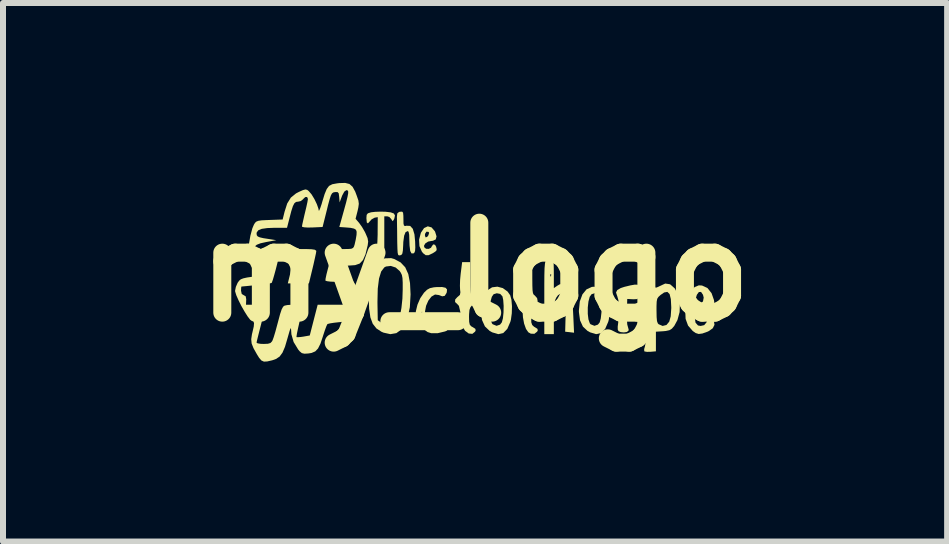
<source format=kicad_pcb>
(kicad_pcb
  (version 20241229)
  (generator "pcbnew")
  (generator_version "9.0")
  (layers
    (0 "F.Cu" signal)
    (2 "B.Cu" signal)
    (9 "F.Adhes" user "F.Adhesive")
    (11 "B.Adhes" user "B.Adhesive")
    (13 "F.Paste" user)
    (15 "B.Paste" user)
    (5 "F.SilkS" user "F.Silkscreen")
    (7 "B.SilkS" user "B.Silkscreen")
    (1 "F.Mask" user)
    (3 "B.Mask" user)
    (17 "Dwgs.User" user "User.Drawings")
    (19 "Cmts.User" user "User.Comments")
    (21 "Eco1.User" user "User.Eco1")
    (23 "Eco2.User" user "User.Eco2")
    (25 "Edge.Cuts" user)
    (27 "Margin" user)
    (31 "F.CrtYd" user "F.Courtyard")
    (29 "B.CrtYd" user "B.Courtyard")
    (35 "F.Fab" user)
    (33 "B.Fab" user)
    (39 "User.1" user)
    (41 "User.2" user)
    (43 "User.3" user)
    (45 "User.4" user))
  (footprint "my_logo"
    (layer "F.Cu")
    (at 4.871 1.485)
    (property "Reference" "my_logo" (at 0 0 0) (layer "F.SilkS") (effects (font (size 1.5 1.5) (thickness 0.3))))
    (attr board_only exclude_from_pos_files exclude_from_bom)
    (fp_poly (pts (xy -2.726 -0.379) (xy -2.672 -0.371) (xy -2.649 -0.355) (xy -2.647 -0.348) (xy -2.653 -0.309) (xy -2.67 -0.231) (xy -2.693 -0.128) (xy -2.709 -0.061) (xy -2.77 0.191) (xy -2.946 0.191) (xy -3.122 0.191) (xy -3.052 -0.095) (xy -2.982 -0.382) (xy -2.815 -0.382)) (stroke (width 0) (type solid)) (fill yes) (layer "F.SilkS"))
    (fp_poly (pts (xy 2.708 0.212) (xy 2.732 0.228) (xy 2.742 0.259) (xy 2.744 0.269) (xy 2.744 0.35) (xy 2.739 0.396) (xy 2.727 0.434) (xy 2.702 0.452) (xy 2.653 0.455) (xy 2.633 0.455) (xy 2.538 0.45) (xy 2.532 0.664) (xy 2.532 0.786) (xy 2.538 0.874) (xy 2.549 0.915) (xy 2.562 0.961) (xy 2.558 0.981) (xy 2.53 1.001) (xy 2.481 1.008) (xy 2.429 1.003) (xy 2.393 0.987) (xy 2.38 0.961) (xy 2.379 0.912) (xy 2.39 0.824) (xy 2.39 0.819) (xy 2.402 0.7) (xy 2.402 0.578) (xy 2.391 0.472) (xy 2.37 0.398) (xy 2.367 0.392) (xy 2.351 0.342) (xy 2.372 0.301) (xy 2.43 0.268) (xy 2.491 0.248) (xy 2.594 0.223) (xy 2.664 0.211)) (stroke (width 0) (type solid)) (fill yes) (layer "F.SilkS"))
    (fp_poly (pts (xy -1.493 -1.004) (xy -1.405 -0.994) (xy -1.354 -0.975) (xy -1.335 -0.943) (xy -1.345 -0.894) (xy -1.354 -0.873) (xy -1.373 -0.847) (xy -1.39 -0.869) (xy -1.395 -0.88) (xy -1.429 -0.917) (xy -1.464 -0.928) (xy -1.513 -0.928) (xy -1.513 -0.614) (xy -1.513 -0.3) (xy -1.585 -0.3) (xy -1.632 -0.303) (xy -1.647 -0.32) (xy -1.642 -0.359) (xy -1.641 -0.361) (xy -1.634 -0.416) (xy -1.628 -0.508) (xy -1.624 -0.622) (xy -1.624 -0.668) (xy -1.622 -0.914) (xy -1.672 -0.906) (xy -1.724 -0.878) (xy -1.754 -0.845) (xy -1.786 -0.81) (xy -1.805 -0.826) (xy -1.811 -0.894) (xy -1.811 -0.903) (xy -1.807 -0.952) (xy -1.787 -0.978) (xy -1.74 -0.993) (xy -1.727 -0.996) (xy -1.663 -1.003) (xy -1.578 -1.006)) (stroke (width 0) (type solid)) (fill yes) (layer "F.SilkS"))
    (fp_poly (pts (xy -0.725 -0.743) (xy -0.67 -0.679) (xy -0.665 -0.668) (xy -0.642 -0.594) (xy -0.655 -0.543) (xy -0.702 -0.52) (xy -0.722 -0.518) (xy -0.781 -0.507) (xy -0.827 -0.478) (xy -0.85 -0.441) (xy -0.848 -0.413) (xy -0.817 -0.387) (xy -0.772 -0.385) (xy -0.734 -0.404) (xy -0.724 -0.423) (xy -0.698 -0.46) (xy -0.667 -0.453) (xy -0.649 -0.421) (xy -0.639 -0.378) (xy -0.647 -0.352) (xy -0.68 -0.328) (xy -0.706 -0.312) (xy -0.774 -0.28) (xy -0.823 -0.28) (xy -0.866 -0.313) (xy -0.887 -0.34) (xy -0.927 -0.431) (xy -0.933 -0.539) (xy -0.914 -0.612) (xy -0.836 -0.612) (xy -0.825 -0.577) (xy -0.799 -0.584) (xy -0.778 -0.611) (xy -0.766 -0.652) (xy -0.775 -0.668) (xy -0.81 -0.672) (xy -0.833 -0.637) (xy -0.836 -0.612) (xy -0.914 -0.612) (xy -0.903 -0.653) (xy -0.901 -0.657) (xy -0.85 -0.732) (xy -0.788 -0.761)) (stroke (width 0) (type solid)) (fill yes) (layer "F.SilkS"))
    (fp_poly (pts (xy 0.463 0.269) (xy 0.542 0.326) (xy 0.586 0.388) (xy 0.607 0.463) (xy 0.616 0.57) (xy 0.613 0.689) (xy 0.598 0.798) (xy 0.589 0.831) (xy 0.538 0.949) (xy 0.471 1.018) (xy 0.388 1.037) (xy 0.287 1.007) (xy 0.245 0.984) (xy 0.165 0.908) (xy 0.116 0.8) (xy 0.1 0.66) (xy 0.1 0.655) (xy 0.106 0.593) (xy 0.248 0.593) (xy 0.248 0.698) (xy 0.259 0.791) (xy 0.282 0.857) (xy 0.295 0.872) (xy 0.359 0.898) (xy 0.417 0.878) (xy 0.447 0.84) (xy 0.465 0.773) (xy 0.475 0.675) (xy 0.477 0.565) (xy 0.47 0.467) (xy 0.457 0.407) (xy 0.42 0.366) (xy 0.363 0.355) (xy 0.31 0.371) (xy 0.28 0.414) (xy 0.258 0.493) (xy 0.248 0.593) (xy 0.106 0.593) (xy 0.115 0.505) (xy 0.159 0.377) (xy 0.209 0.305) (xy 0.284 0.256) (xy 0.373 0.245)) (stroke (width 0) (type solid)) (fill yes) (layer "F.SilkS"))
    (fp_poly (pts (xy 2.088 0.266) (xy 2.172 0.324) (xy 2.218 0.388) (xy 2.239 0.463) (xy 2.248 0.57) (xy 2.245 0.689) (xy 2.23 0.798) (xy 2.221 0.831) (xy 2.17 0.949) (xy 2.103 1.018) (xy 2.02 1.037) (xy 1.92 1.007) (xy 1.877 0.984) (xy 1.799 0.911) (xy 1.751 0.806) (xy 1.732 0.667) (xy 1.732 0.641) (xy 1.737 0.593) (xy 1.88 0.593) (xy 1.88 0.698) (xy 1.891 0.791) (xy 1.914 0.857) (xy 1.927 0.872) (xy 1.991 0.898) (xy 2.049 0.878) (xy 2.079 0.84) (xy 2.097 0.773) (xy 2.108 0.675) (xy 2.11 0.565) (xy 2.103 0.467) (xy 2.089 0.407) (xy 2.053 0.366) (xy 1.995 0.355) (xy 1.943 0.371) (xy 1.912 0.414) (xy 1.891 0.493) (xy 1.88 0.593) (xy 1.737 0.593) (xy 1.747 0.492) (xy 1.791 0.373) (xy 1.859 0.29) (xy 1.948 0.249) (xy 1.984 0.246)) (stroke (width 0) (type solid)) (fill yes) (layer "F.SilkS"))
    (fp_poly (pts (xy -1.2 -0.989) (xy -1.195 -0.939) (xy -1.194 -0.885) (xy -1.193 -0.808) (xy -1.185 -0.773) (xy -1.164 -0.766) (xy -1.144 -0.771) (xy -1.082 -0.768) (xy -1.038 -0.72) (xy -1.01 -0.626) (xy -0.999 -0.509) (xy -0.996 -0.409) (xy -1 -0.35) (xy -1.012 -0.321) (xy -1.025 -0.31) (xy -1.059 -0.309) (xy -1.081 -0.351) (xy -1.092 -0.44) (xy -1.095 -0.525) (xy -1.098 -0.621) (xy -1.108 -0.67) (xy -1.122 -0.682) (xy -1.158 -0.664) (xy -1.182 -0.605) (xy -1.196 -0.5) (xy -1.198 -0.449) (xy -1.203 -0.358) (xy -1.212 -0.307) (xy -1.229 -0.284) (xy -1.249 -0.278) (xy -1.269 -0.276) (xy -1.282 -0.287) (xy -1.29 -0.319) (xy -1.294 -0.382) (xy -1.297 -0.486) (xy -1.298 -0.557) (xy -1.299 -0.686) (xy -1.301 -0.801) (xy -1.302 -0.887) (xy -1.303 -0.921) (xy -1.296 -0.977) (xy -1.267 -1.001) (xy -1.249 -1.004) (xy -1.216 -1.006)) (stroke (width 0) (type solid)) (fill yes) (layer "F.SilkS"))
    (fp_poly (pts (xy -0.08 0.105) (xy -0.079 0.228) (xy -0.076 0.308) (xy -0.07 0.356) (xy -0.057 0.383) (xy -0.036 0.4) (xy -0.03 0.404) (xy 0.01 0.439) (xy 0.014 0.475) (xy -0.017 0.522) (xy -0.04 0.546) (xy -0.076 0.587) (xy -0.093 0.633) (xy -0.099 0.705) (xy -0.1 0.746) (xy -0.098 0.831) (xy -0.088 0.878) (xy -0.065 0.905) (xy -0.037 0.921) (xy 0.004 0.947) (xy 0.011 0.971) (xy 0.001 0.995) (xy -0.045 1.032) (xy -0.105 1.026) (xy -0.166 0.981) (xy -0.209 0.909) (xy -0.227 0.838) (xy -0.237 0.747) (xy -0.248 0.651) (xy -0.249 0.649) (xy -0.269 0.565) (xy -0.299 0.532) (xy -0.333 0.501) (xy -0.331 0.459) (xy -0.294 0.418) (xy -0.287 0.413) (xy -0.252 0.382) (xy -0.244 0.337) (xy -0.249 0.299) (xy -0.252 0.23) (xy -0.249 0.13) (xy -0.239 0.027) (xy -0.215 -0.164) (xy -0.147 -0.164) (xy -0.08 -0.164)) (stroke (width 0) (type solid)) (fill yes) (layer "F.SilkS"))
    (fp_poly (pts (xy 0.915 -0.178) (xy 0.934 -0.165) (xy 0.946 -0.14) (xy 0.952 -0.092) (xy 0.955 -0.009) (xy 0.955 0.104) (xy 0.956 0.227) (xy 0.959 0.306) (xy 0.966 0.353) (xy 0.979 0.379) (xy 1 0.395) (xy 1 0.396) (xy 1.035 0.436) (xy 1.044 0.487) (xy 1.027 0.528) (xy 1.003 0.54) (xy 0.971 0.563) (xy 0.952 0.622) (xy 0.948 0.649) (xy 0.937 0.764) (xy 0.938 0.839) (xy 0.953 0.884) (xy 0.985 0.914) (xy 0.998 0.921) (xy 1.039 0.947) (xy 1.047 0.971) (xy 1.036 0.995) (xy 0.99 1.031) (xy 0.93 1.029) (xy 0.889 1.006) (xy 0.85 0.95) (xy 0.818 0.86) (xy 0.799 0.756) (xy 0.796 0.703) (xy 0.789 0.614) (xy 0.764 0.562) (xy 0.73 0.537) (xy 0.703 0.506) (xy 0.711 0.465) (xy 0.753 0.421) (xy 0.762 0.415) (xy 0.798 0.384) (xy 0.802 0.348) (xy 0.793 0.316) (xy 0.785 0.253) (xy 0.787 0.16) (xy 0.796 0.053) (xy 0.811 -0.049) (xy 0.83 -0.128) (xy 0.847 -0.164) (xy 0.886 -0.182)) (stroke (width 0) (type solid)) (fill yes) (layer "F.SilkS"))
    (fp_poly (pts (xy -1.347 -0.216) (xy -1.242 -0.16) (xy -1.164 -0.078) (xy -1.113 0.035) (xy -1.084 0.186) (xy -1.075 0.374) (xy -1.087 0.588) (xy -1.124 0.762) (xy -1.186 0.9) (xy -1.233 0.963) (xy -1.312 1.02) (xy -1.412 1.037) (xy -1.525 1.012) (xy -1.56 0.997) (xy -1.645 0.941) (xy -1.706 0.863) (xy -1.745 0.757) (xy -1.766 0.613) (xy -1.77 0.496) (xy -1.627 0.496) (xy -1.627 0.518) (xy -1.622 0.805) (xy -1.553 0.853) (xy -1.469 0.891) (xy -1.383 0.898) (xy -1.313 0.872) (xy -1.28 0.821) (xy -1.25 0.726) (xy -1.227 0.597) (xy -1.211 0.445) (xy -1.206 0.294) (xy -1.206 0.177) (xy -1.21 0.101) (xy -1.22 0.05) (xy -1.238 0.012) (xy -1.256 -0.015) (xy -1.323 -0.074) (xy -1.405 -0.101) (xy -1.485 -0.091) (xy -1.513 -0.076) (xy -1.565 -0.008) (xy -1.601 0.11) (xy -1.622 0.278) (xy -1.627 0.496) (xy -1.77 0.496) (xy -1.772 0.448) (xy -1.76 0.235) (xy -1.726 0.058) (xy -1.671 -0.08) (xy -1.597 -0.176) (xy -1.506 -0.227) (xy -1.399 -0.231)) (stroke (width 0) (type solid)) (fill yes) (layer "F.SilkS"))
    (fp_poly (pts (xy -0.492 0.263) (xy -0.467 0.291) (xy -0.471 0.337) (xy -0.476 0.351) (xy -0.505 0.398) (xy -0.547 0.406) (xy -0.602 0.385) (xy -0.667 0.376) (xy -0.727 0.411) (xy -0.778 0.477) (xy -0.816 0.563) (xy -0.834 0.659) (xy -0.83 0.752) (xy -0.797 0.831) (xy -0.791 0.838) (xy -0.72 0.904) (xy -0.656 0.918) (xy -0.601 0.881) (xy -0.566 0.815) (xy -0.537 0.754) (xy -0.508 0.743) (xy -0.47 0.78) (xy -0.458 0.797) (xy -0.424 0.871) (xy -0.429 0.933) (xy -0.471 0.979) (xy -0.498 0.991) (xy -0.623 1.021) (xy -0.73 1.021) (xy -0.791 1.002) (xy -0.868 0.945) (xy -0.935 0.867) (xy -0.978 0.783) (xy -0.987 0.751) (xy -0.987 0.682) (xy -0.896 0.682) (xy -0.888 0.705) (xy -0.882 0.7) (xy -0.88 0.668) (xy -0.882 0.664) (xy -0.894 0.668) (xy -0.896 0.682) (xy -0.987 0.682) (xy -0.987 0.656) (xy -0.96 0.546) (xy -0.913 0.437) (xy -0.851 0.346) (xy -0.85 0.345) (xy -0.801 0.297) (xy -0.752 0.27) (xy -0.688 0.256) (xy -0.641 0.252) (xy -0.549 0.251)) (stroke (width 0) (type solid)) (fill yes) (layer "F.SilkS"))
    (fp_poly (pts (xy 3.785 0.226) (xy 3.876 0.268) (xy 3.944 0.354) (xy 3.984 0.468) (xy 3.996 0.555) (xy 3.983 0.612) (xy 3.941 0.643) (xy 3.865 0.654) (xy 3.841 0.655) (xy 3.755 0.658) (xy 3.701 0.672) (xy 3.673 0.699) (xy 3.663 0.744) (xy 3.663 0.761) (xy 3.677 0.846) (xy 3.718 0.892) (xy 3.761 0.9) (xy 3.821 0.887) (xy 3.86 0.84) (xy 3.881 0.781) (xy 3.899 0.73) (xy 3.918 0.724) (xy 3.933 0.738) (xy 3.982 0.814) (xy 3.993 0.881) (xy 3.964 0.939) (xy 3.897 0.986) (xy 3.876 0.996) (xy 3.791 1.026) (xy 3.729 1.034) (xy 3.678 1.018) (xy 3.63 0.984) (xy 3.552 0.894) (xy 3.511 0.782) (xy 3.506 0.648) (xy 3.531 0.524) (xy 3.668 0.524) (xy 3.684 0.545) (xy 3.729 0.538) (xy 3.756 0.529) (xy 3.801 0.491) (xy 3.813 0.428) (xy 3.801 0.38) (xy 3.769 0.333) (xy 3.733 0.334) (xy 3.699 0.38) (xy 3.673 0.467) (xy 3.672 0.471) (xy 3.668 0.524) (xy 3.531 0.524) (xy 3.537 0.492) (xy 3.552 0.445) (xy 3.604 0.324) (xy 3.662 0.251) (xy 3.732 0.223)) (stroke (width 0) (type solid)) (fill yes) (layer "F.SilkS"))
    (fp_poly (pts (xy 1.244 -0.214) (xy 1.264 -0.207) (xy 1.288 -0.196) (xy 1.303 -0.175) (xy 1.311 -0.133) (xy 1.313 -0.059) (xy 1.314 0.039) (xy 1.314 0.269) (xy 1.374 0.228) (xy 1.416 0.204) (xy 1.452 0.205) (xy 1.501 0.232) (xy 1.508 0.237) (xy 1.552 0.274) (xy 1.584 0.325) (xy 1.607 0.398) (xy 1.623 0.503) (xy 1.634 0.649) (xy 1.639 0.745) (xy 1.651 1.013) (xy 1.577 1.004) (xy 1.503 0.996) (xy 1.51 0.733) (xy 1.512 0.612) (xy 1.51 0.507) (xy 1.507 0.433) (xy 1.504 0.412) (xy 1.476 0.365) (xy 1.433 0.357) (xy 1.384 0.387) (xy 1.355 0.427) (xy 1.336 0.468) (xy 1.323 0.519) (xy 1.317 0.591) (xy 1.314 0.699) (xy 1.314 0.768) (xy 1.314 1.037) (xy 1.234 1.037) (xy 1.155 1.037) (xy 1.155 0.422) (xy 1.155 0.215) (xy 1.156 0.056) (xy 1.156 0.055) (xy 1.254 0.055) (xy 1.261 0.077) (xy 1.267 0.073) (xy 1.27 0.04) (xy 1.267 0.036) (xy 1.256 0.04) (xy 1.254 0.055) (xy 1.156 0.055) (xy 1.159 -0.06) (xy 1.166 -0.14) (xy 1.176 -0.189) (xy 1.192 -0.214) (xy 1.214 -0.22)) (stroke (width 0) (type solid)) (fill yes) (layer "F.SilkS"))
    (fp_poly (pts (xy 3.252 0.205) (xy 3.326 0.27) (xy 3.334 0.28) (xy 3.391 0.394) (xy 3.416 0.528) (xy 3.411 0.669) (xy 3.375 0.802) (xy 3.323 0.898) (xy 3.283 0.945) (xy 3.241 0.971) (xy 3.182 0.984) (xy 3.14 0.988) (xy 3.016 0.996) (xy 3.016 1.16) (xy 3.016 1.323) (xy 2.925 1.331) (xy 2.868 1.332) (xy 2.829 1.326) (xy 2.822 1.321) (xy 2.82 1.286) (xy 2.832 1.245) (xy 2.843 1.188) (xy 2.852 1.079) (xy 2.857 0.919) (xy 2.86 0.74) (xy 2.861 0.642) (xy 3.026 0.642) (xy 3.028 0.752) (xy 3.034 0.819) (xy 3.048 0.857) (xy 3.061 0.871) (xy 3.128 0.9) (xy 3.192 0.884) (xy 3.238 0.829) (xy 3.263 0.74) (xy 3.272 0.605) (xy 3.272 0.586) (xy 3.265 0.452) (xy 3.244 0.368) (xy 3.207 0.332) (xy 3.153 0.342) (xy 3.093 0.384) (xy 3.058 0.416) (xy 3.038 0.447) (xy 3.029 0.494) (xy 3.026 0.57) (xy 3.026 0.642) (xy 2.861 0.642) (xy 2.862 0.562) (xy 2.865 0.432) (xy 2.872 0.342) (xy 2.884 0.287) (xy 2.903 0.26) (xy 2.929 0.253) (xy 2.965 0.26) (xy 2.97 0.261) (xy 3.029 0.259) (xy 3.083 0.234) (xy 3.172 0.193)) (stroke (width 0) (type solid)) (fill yes) (layer "F.SilkS"))
    (fp_poly (pts (xy -2.094 -1.467) (xy -2.042 -1.421) (xy -1.998 -1.34) (xy -1.971 -1.268) (xy -1.945 -1.192) (xy -1.938 -1.136) (xy -1.946 -1.075) (xy -1.959 -1.016) (xy -1.992 -0.887) (xy -1.933 -0.818) (xy -1.885 -0.751) (xy -1.836 -0.666) (xy -1.824 -0.64) (xy -1.792 -0.565) (xy -1.782 -0.507) (xy -1.79 -0.443) (xy -1.792 -0.436) (xy -1.827 -0.293) (xy -1.869 -0.198) (xy -1.924 -0.14) (xy -1.999 -0.114) (xy -2.068 -0.109) (xy -2.152 -0.104) (xy -2.203 -0.087) (xy -2.226 -0.055) (xy -2.229 -0.027) (xy -2.214 0.013) (xy -2.163 0.038) (xy -2.161 0.039) (xy -2.091 0.081) (xy -2.019 0.172) (xy -1.978 0.242) (xy -1.958 0.298) (xy -1.953 0.364) (xy -1.957 0.437) (xy -1.972 0.56) (xy -1.998 0.671) (xy -2.031 0.757) (xy -2.066 0.804) (xy -2.069 0.806) (xy -2.102 0.815) (xy -2.164 0.825) (xy -2.243 0.835) (xy -2.273 0.838) (xy -2.353 0.847) (xy -2.417 0.857) (xy -2.456 0.867) (xy -2.462 0.87) (xy -2.478 0.902) (xy -2.503 0.97) (xy -2.533 1.061) (xy -2.535 1.068) (xy -2.577 1.194) (xy -2.618 1.276) (xy -2.664 1.324) (xy -2.725 1.35) (xy -2.778 1.359) (xy -2.845 1.363) (xy -2.888 1.353) (xy -2.924 1.323) (xy -2.949 1.293) (xy -3.025 1.168) (xy -3.062 1.039) (xy -3.066 0.977) (xy -3.069 0.941) (xy -3.077 0.942) (xy -3.092 0.983) (xy -3.117 1.07) (xy -3.127 1.105) (xy -3.169 1.248) (xy -3.211 1.346) (xy -3.259 1.411) (xy -3.32 1.451) (xy -3.382 1.473) (xy -3.465 1.492) (xy -3.52 1.495) (xy -3.562 1.476) (xy -3.6 1.432) (xy -3.638 1.371) (xy -3.694 1.271) (xy -3.725 1.193) (xy -3.732 1.121) (xy -3.72 1.04) (xy -3.713 1.011) (xy -3.69 0.911) (xy -3.685 0.851) (xy -3.698 0.824) (xy -3.72 0.818) (xy -3.749 0.797) (xy -3.793 0.74) (xy -3.844 0.659) (xy -3.897 0.566) (xy -3.944 0.472) (xy -3.981 0.388) (xy -4 0.326) (xy -4.001 0.313) (xy -4.001 0.312) (xy -3.902 0.312) (xy -3.89 0.367) (xy -3.857 0.387) (xy -3.824 0.406) (xy -3.815 0.456) (xy -3.816 0.471) (xy -3.819 0.546) (xy -3.665 0.546) (xy -3.59 0.547) (xy -3.532 0.552) (xy -3.501 0.559) (xy -3.499 0.56) (xy -3.502 0.59) (xy -3.515 0.66) (xy -3.539 0.76) (xy -3.566 0.866) (xy -3.596 0.984) (xy -3.621 1.083) (xy -3.638 1.152) (xy -3.643 1.179) (xy -3.625 1.19) (xy -3.578 1.198) (xy -3.524 1.2) (xy -3.454 1.197) (xy -3.412 1.185) (xy -3.386 1.158) (xy -3.376 1.139) (xy -3.357 1.087) (xy -3.33 0.998) (xy -3.3 0.887) (xy -3.284 0.828) (xy -3.251 0.704) (xy -3.224 0.623) (xy -3.2 0.579) (xy -3.178 0.562) (xy -3.132 0.552) (xy -3.068 0.547) (xy -2.998 0.547) (xy -2.936 0.551) (xy -2.892 0.559) (xy -2.879 0.567) (xy -2.881 0.6) (xy -2.893 0.673) (xy -2.914 0.772) (xy -2.927 0.831) (xy -2.951 0.938) (xy -2.969 1.023) (xy -2.977 1.075) (xy -2.977 1.086) (xy -2.955 1.088) (xy -2.905 1.084) (xy -2.863 1.078) (xy -2.756 1.059) (xy -2.69 0.802) (xy -2.624 0.546) (xy -2.399 0.546) (xy -2.174 0.546) (xy -2.152 0.424) (xy -2.134 0.314) (xy -2.131 0.24) (xy -2.149 0.196) (xy -2.193 0.173) (xy -2.267 0.165) (xy -2.339 0.164) (xy -2.412 0.161) (xy -2.466 0.154) (xy -2.494 0.145) (xy -2.495 0.143) (xy -2.492 0.111) (xy -2.477 0.039) (xy -2.452 -0.059) (xy -2.433 -0.13) (xy -2.364 -0.382) (xy -2.196 -0.382) (xy -2.115 -0.383) (xy -2.064 -0.387) (xy -2.035 -0.4) (xy -2.019 -0.423) (xy -2.008 -0.457) (xy -1.989 -0.541) (xy -1.976 -0.619) (xy -1.974 -0.67) (xy -1.985 -0.703) (xy -2.017 -0.723) (xy -2.076 -0.736) (xy -2.162 -0.743) (xy -2.263 -0.75) (xy -2.187 -1.023) (xy -2.149 -1.161) (xy -2.126 -1.255) (xy -2.115 -1.315) (xy -2.116 -1.348) (xy -2.129 -1.362) (xy -2.146 -1.364) (xy -2.18 -1.34) (xy -2.215 -1.275) (xy -2.22 -1.262) (xy -2.258 -1.16) (xy -2.265 -1.25) (xy -2.273 -1.311) (xy -2.294 -1.333) (xy -2.335 -1.332) (xy -2.364 -1.326) (xy -2.385 -1.31) (xy -2.404 -1.276) (xy -2.424 -1.215) (xy -2.451 -1.116) (xy -2.47 -1.037) (xy -2.542 -0.75) (xy -2.714 -0.742) (xy -2.791 -0.741) (xy -2.851 -0.745) (xy -2.883 -0.754) (xy -2.886 -0.758) (xy -2.88 -0.794) (xy -2.864 -0.866) (xy -2.842 -0.962) (xy -2.837 -0.982) (xy -2.813 -1.083) (xy -2.795 -1.165) (xy -2.787 -1.215) (xy -2.787 -1.219) (xy -2.8 -1.25) (xy -2.831 -1.249) (xy -2.865 -1.217) (xy -2.866 -1.214) (xy -2.904 -1.183) (xy -2.946 -1.173) (xy -2.984 -1.168) (xy -3.012 -1.146) (xy -3.037 -1.098) (xy -3.064 -1.014) (xy -3.088 -0.921) (xy -3.135 -0.737) (xy -3.338 -0.737) (xy -3.465 -0.732) (xy -3.556 -0.719) (xy -3.614 -0.695) (xy -3.64 -0.66) (xy -3.643 -0.641) (xy -3.639 -0.612) (xy -3.623 -0.592) (xy -3.588 -0.577) (xy -3.526 -0.563) (xy -3.454 -0.552) (xy -3.314 -0.53) (xy -3.483 -0.499) (xy -3.578 -0.478) (xy -3.639 -0.454) (xy -3.673 -0.425) (xy -3.678 -0.418) (xy -3.687 -0.396) (xy -3.683 -0.381) (xy -3.661 -0.371) (xy -3.613 -0.364) (xy -3.534 -0.358) (xy -3.486 -0.355) (xy -3.397 -0.348) (xy -3.324 -0.34) (xy -3.274 -0.333) (xy -3.258 -0.327) (xy -3.261 -0.299) (xy -3.275 -0.233) (xy -3.297 -0.144) (xy -3.322 -0.045) (xy -3.348 0.05) (xy -3.371 0.129) (xy -3.388 0.176) (xy -3.391 0.182) (xy -3.414 0.189) (xy -3.468 0.198) (xy -3.546 0.209) (xy -3.64 0.219) (xy -3.646 0.219) (xy -3.74 0.228) (xy -3.819 0.236) (xy -3.873 0.241) (xy -3.896 0.244) (xy -3.897 0.244) (xy -3.9 0.269) (xy -3.902 0.312) (xy -4.001 0.312) (xy -3.988 0.248) (xy -3.958 0.179) (xy -3.956 0.177) (xy -3.933 0.145) (xy -3.905 0.122) (xy -3.863 0.106) (xy -3.8 0.092) (xy -3.706 0.079) (xy -3.693 0.077) (xy -3.579 0.059) (xy -3.502 0.039) (xy -3.459 0.017) (xy -3.449 0.006) (xy -3.433 -0.039) (xy -3.45 -0.067) (xy -3.502 -0.08) (xy -3.543 -0.082) (xy -3.597 -0.084) (xy -3.634 -0.099) (xy -3.666 -0.137) (xy -3.707 -0.207) (xy -3.713 -0.219) (xy -3.757 -0.31) (xy -3.776 -0.377) (xy -3.776 -0.431) (xy -3.746 -0.604) (xy -3.713 -0.728) (xy -3.687 -0.789) (xy -3.668 -0.82) (xy -3.646 -0.84) (xy -3.613 -0.853) (xy -3.56 -0.861) (xy -3.479 -0.865) (xy -3.428 -0.867) (xy -3.208 -0.875) (xy -3.176 -1.004) (xy -3.132 -1.142) (xy -3.071 -1.24) (xy -2.985 -1.31) (xy -2.937 -1.335) (xy -2.87 -1.365) (xy -2.828 -1.376) (xy -2.798 -1.369) (xy -2.773 -1.349) (xy -2.726 -1.294) (xy -2.678 -1.215) (xy -2.637 -1.129) (xy -2.611 -1.055) (xy -2.607 -1.026) (xy -2.6 -1.022) (xy -2.582 -1.062) (xy -2.557 -1.136) (xy -2.547 -1.172) (xy -2.508 -1.299) (xy -2.473 -1.383) (xy -2.434 -1.435) (xy -2.38 -1.463) (xy -2.304 -1.477) (xy -2.265 -1.482) (xy -2.165 -1.485)) (stroke (width 0) (type solid)) (fill yes) (layer "F.SilkS")))
  (gr_rect
    (start -3 -3)
    (end 12.743 5.98)
    (stroke (width 0.1) (type default))
    (fill no)
    (layer "Edge.Cuts")))
</source>
